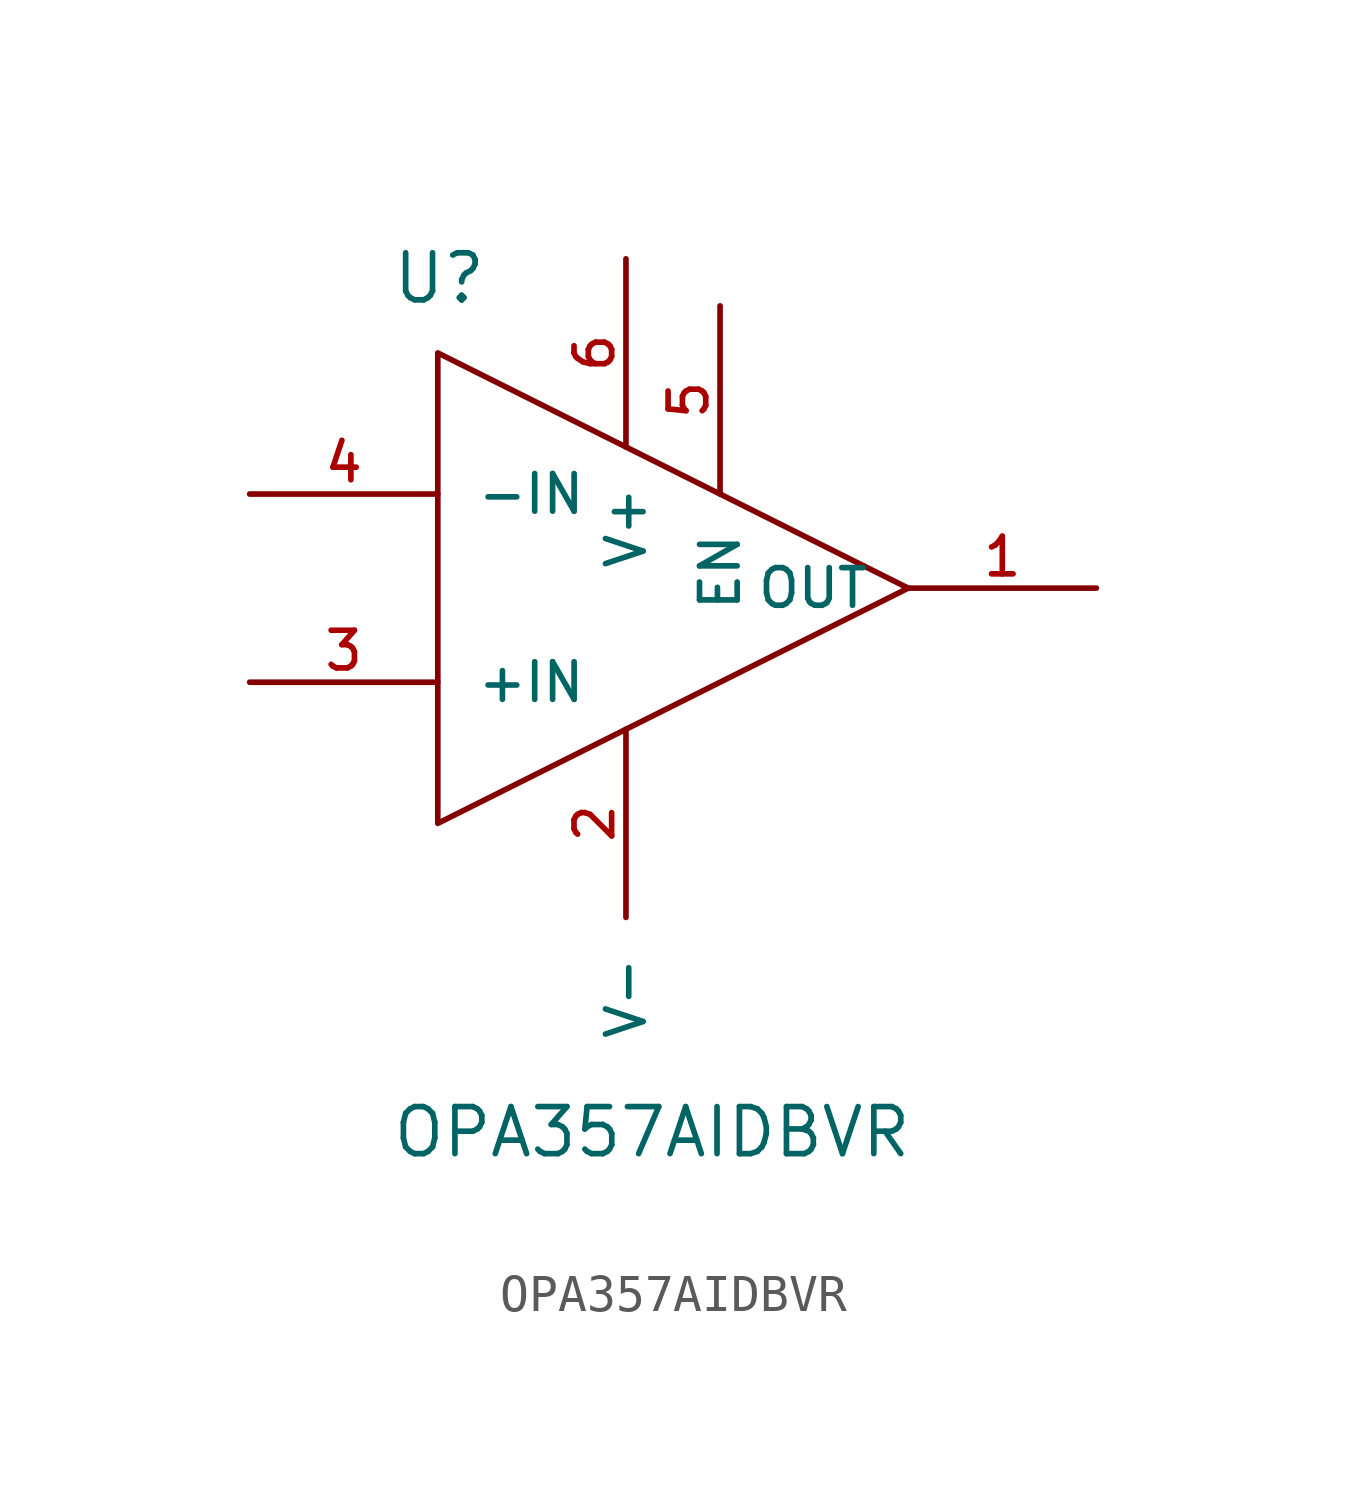
<source format=kicad_sym>
(kicad_symbol_lib
  (version 20220914)
  (generator kicad_symbol_editor)
  (symbol "OPA357AIDBVR"
    (pin_names
      (offset 1.016))
    (property "Reference" "U"
      (at -12.7 6.35 0)
      (effects (font (size 1.27 1.27)) (justify left bottom)))
    (property "Value" "OPA357AIDBVR"
      (at -12.7 -16.7 0)
      (effects (font (size 1.27 1.27)) (justify left bottom)))
    (symbol "OPA357AIDBVR_0_0"
      (pin input line (at -16.51 -3.81 0) (length 5.08) (name "+IN" (effects (font (size 1.016 1.016)))) (number "3" (effects (font (size 1.016 1.016)))))
      (pin input line (at -16.51 1.27 0) (length 5.08) (name "-IN" (effects (font (size 1.016 1.016)))) (number "4" (effects (font (size 1.016 1.016)))))
      (pin input line (at -3.81 6.35 270) (length 5.08) (name "EN" (effects (font (size 1.016 1.016)))) (number "5" (effects (font (size 1.016 1.016)))))
      (pin power_in line (at -6.35 7.62 270) (length 5.08) (name "V+" (effects (font (size 1.016 1.016)))) (number "6" (effects (font (size 1.016 1.016))))))
    (symbol "OPA357AIDBVR_0_1"
      (polyline (pts (xy -11.43 -7.62) (xy -11.43 5.08) (xy 1.27 -1.27) (xy -11.43 -7.62)) (stroke (width 0) (type default)) (fill (type none))))
    (symbol "OPA357AIDBVR_1_0"
      (pin output line (at 6.35 -1.27 180) (length 5.08) (name "OUT" (effects (font (size 1.016 1.016)))) (number "1" (effects (font (size 1.016 1.016)))))
      (pin power_in line (at -6.35 -5.08 270) (length 5.08) (name "V-" (effects (font (size 1.016 1.016)))) (number "2" (effects (font (size 1.016 1.016))))))))
</source>
